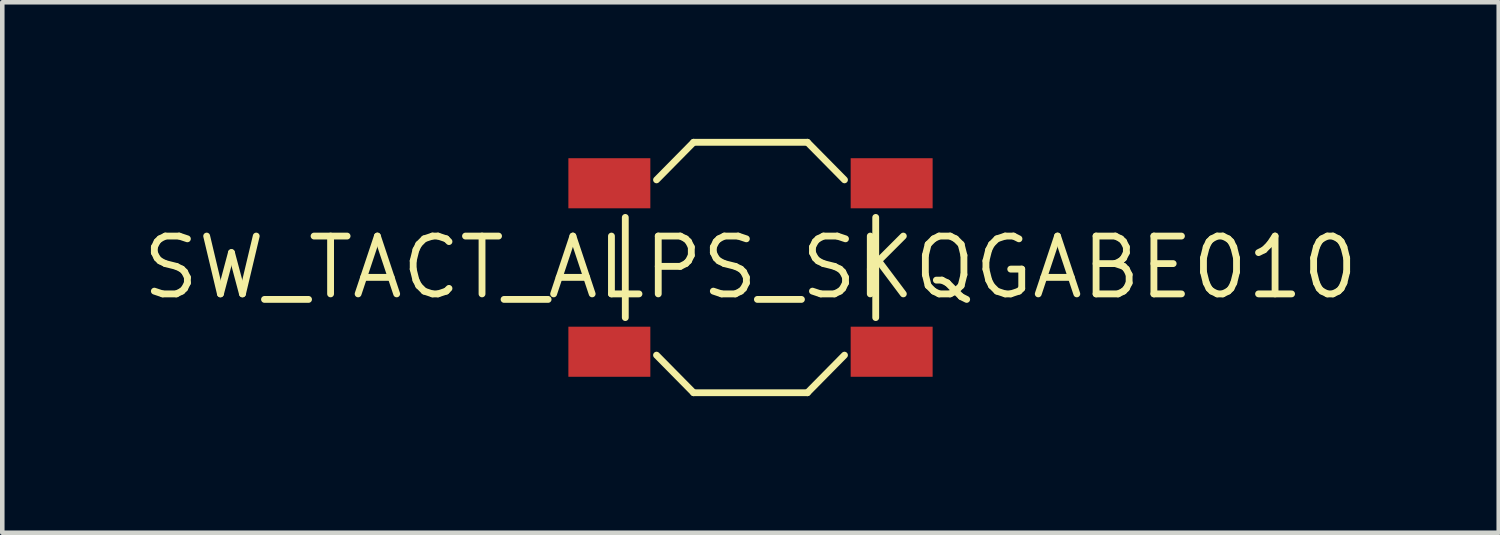
<source format=kicad_pcb>
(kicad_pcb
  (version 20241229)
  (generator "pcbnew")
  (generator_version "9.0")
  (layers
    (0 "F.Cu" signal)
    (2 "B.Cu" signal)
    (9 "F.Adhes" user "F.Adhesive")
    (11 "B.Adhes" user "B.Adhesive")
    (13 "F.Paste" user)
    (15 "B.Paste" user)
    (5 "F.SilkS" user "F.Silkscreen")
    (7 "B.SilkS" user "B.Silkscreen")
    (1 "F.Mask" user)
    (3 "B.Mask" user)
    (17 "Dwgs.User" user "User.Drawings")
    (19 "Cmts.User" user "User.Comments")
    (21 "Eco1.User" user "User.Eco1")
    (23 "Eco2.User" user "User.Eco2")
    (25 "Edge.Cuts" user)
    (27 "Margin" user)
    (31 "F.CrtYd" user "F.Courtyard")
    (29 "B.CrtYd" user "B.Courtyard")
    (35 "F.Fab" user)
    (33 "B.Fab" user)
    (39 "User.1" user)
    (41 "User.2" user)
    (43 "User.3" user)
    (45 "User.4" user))
  (footprint "SW_TACT_ALPS_SKQGABE010"
    (layer "F.Cu")
    (at 13.433 2.825)
    (property "Reference" "SW_TACT_ALPS_SKQGABE010" (at 0 0 0) (layer "F.SilkS") (effects (font (size 1.27 1.27) (thickness 0.15))))
    (attr through_hole)
    (fp_line (start -2.75 -1.1) (end -2.75 1.1) (stroke (width 0.15) (type solid)) (layer "F.SilkS"))
    (fp_line (start -2.064 -1.925) (end -1.25 -2.75) (stroke (width 0.15) (type solid)) (layer "F.SilkS"))
    (fp_line (start -2.064 1.925) (end -1.25 2.75) (stroke (width 0.15) (type solid)) (layer "F.SilkS"))
    (fp_line (start -1.25 -2.75) (end 1.25 -2.75) (stroke (width 0.15) (type solid)) (layer "F.SilkS"))
    (fp_line (start -1.25 2.75) (end 1.25 2.75) (stroke (width 0.15) (type solid)) (layer "F.SilkS"))
    (fp_line (start 2.064 -1.925) (end 1.25 -2.75) (stroke (width 0.15) (type solid)) (layer "F.SilkS"))
    (fp_line (start 2.064 1.925) (end 1.25 2.75) (stroke (width 0.15) (type solid)) (layer "F.SilkS"))
    (fp_line (start 2.75 -1.1) (end 2.75 1.1) (stroke (width 0.15) (type solid)) (layer "F.SilkS"))
    (pad "1" smd rect (at -3.1 -1.85) (size 1.8 1.1) (layers "F.Cu" "F.Mask" "F.Paste"))
    (pad "1" smd rect (at 3.1 -1.85) (size 1.8 1.1) (layers "F.Cu" "F.Mask" "F.Paste"))
    (pad "2" smd rect (at -3.1 1.85) (size 1.8 1.1) (layers "F.Cu" "F.Mask" "F.Paste"))
    (pad "2" smd rect (at 3.1 1.85) (size 1.8 1.1) (layers "F.Cu" "F.Mask" "F.Paste")))
  (gr_rect
    (start -3 -3)
    (end 29.866 8.65)
    (stroke (width 0.1) (type default))
    (fill no)
    (layer "Edge.Cuts")))
</source>
